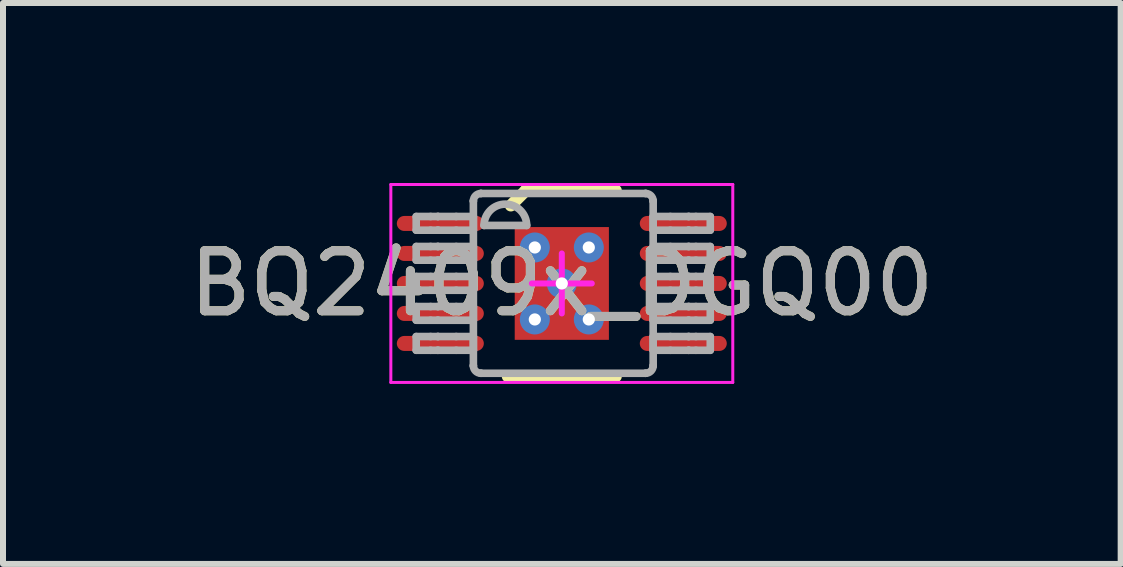
<source format=kicad_pcb>
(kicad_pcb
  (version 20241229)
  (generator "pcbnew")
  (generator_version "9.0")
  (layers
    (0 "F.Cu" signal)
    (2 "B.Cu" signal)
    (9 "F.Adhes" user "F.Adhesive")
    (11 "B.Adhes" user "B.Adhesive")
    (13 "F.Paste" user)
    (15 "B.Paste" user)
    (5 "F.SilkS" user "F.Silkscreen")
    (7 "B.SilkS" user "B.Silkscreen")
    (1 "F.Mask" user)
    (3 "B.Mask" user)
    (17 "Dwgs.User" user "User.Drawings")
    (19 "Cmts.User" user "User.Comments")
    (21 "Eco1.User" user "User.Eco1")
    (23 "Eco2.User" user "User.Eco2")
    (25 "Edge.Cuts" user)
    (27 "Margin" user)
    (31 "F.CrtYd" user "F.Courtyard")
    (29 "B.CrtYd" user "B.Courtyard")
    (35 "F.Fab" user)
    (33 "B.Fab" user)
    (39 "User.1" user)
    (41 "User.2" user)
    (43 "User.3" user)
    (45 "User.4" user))
  (footprint "BQ2409x_DGQ00"
    (layer "F.Cu")
    (at 6.315 1.675)
    (property "Reference" "BQ2409x_DGQ00" (at 0 0 0) (unlocked yes) (layer "F.SilkS") (effects (font (size 1 1) (thickness 0.15))))
    (attr smd)
    (fp_line (start -0.9 1.55) (end 0.9 1.55) (stroke (width 0.2) (type solid)) (layer "F.SilkS"))
    (fp_line (start -0.85 -1.3) (end -0.6 -1.55) (stroke (width 0.2) (type solid)) (layer "F.SilkS"))
    (fp_line (start -0.6 -1.55) (end 0.9 -1.55) (stroke (width 0.2) (type solid)) (layer "F.SilkS"))
    (fp_line (start -2.85 -1.65) (end 2.85 -1.65) (stroke (width 0.05) (type solid)) (layer "F.CrtYd"))
    (fp_line (start -2.85 1.65) (end -2.85 -1.65) (stroke (width 0.05) (type solid)) (layer "F.CrtYd"))
    (fp_line (start -2.85 1.65) (end 2.85 1.65) (stroke (width 0.05) (type solid)) (layer "F.CrtYd"))
    (fp_line (start -0.5 0) (end 0.5 0) (stroke (width 0.1) (type solid)) (layer "F.CrtYd"))
    (fp_line (start 0 0.5) (end 0 -0.5) (stroke (width 0.1) (type solid)) (layer "F.CrtYd"))
    (fp_line (start 2.85 1.65) (end 2.85 -1.65) (stroke (width 0.05) (type solid)) (layer "F.CrtYd"))
    (fp_line (start -2.427 -1.116) (end -2.187 -1.116) (stroke (width 0.127) (type solid)) (layer "F.Fab"))
    (fp_line (start -2.427 -0.888) (end -2.427 -1.116) (stroke (width 0.127) (type solid)) (layer "F.Fab"))
    (fp_line (start -2.427 -0.888) (end -2.187 -0.888) (stroke (width 0.127) (type solid)) (layer "F.Fab"))
    (fp_line (start -2.427 -0.616) (end -2.187 -0.616) (stroke (width 0.127) (type solid)) (layer "F.Fab"))
    (fp_line (start -2.427 -0.388) (end -2.427 -0.616) (stroke (width 0.127) (type solid)) (layer "F.Fab"))
    (fp_line (start -2.427 -0.388) (end -2.187 -0.388) (stroke (width 0.127) (type solid)) (layer "F.Fab"))
    (fp_line (start -2.427 -0.116) (end -2.187 -0.116) (stroke (width 0.127) (type solid)) (layer "F.Fab"))
    (fp_line (start -2.427 0.113) (end -2.427 -0.116) (stroke (width 0.127) (type solid)) (layer "F.Fab"))
    (fp_line (start -2.427 0.113) (end -2.187 0.113) (stroke (width 0.127) (type solid)) (layer "F.Fab"))
    (fp_line (start -2.427 0.385) (end -2.187 0.385) (stroke (width 0.127) (type solid)) (layer "F.Fab"))
    (fp_line (start -2.427 0.613) (end -2.427 0.385) (stroke (width 0.127) (type solid)) (layer "F.Fab"))
    (fp_line (start -2.427 0.613) (end -2.187 0.613) (stroke (width 0.127) (type solid)) (layer "F.Fab"))
    (fp_line (start -2.427 0.885) (end -2.187 0.885) (stroke (width 0.127) (type solid)) (layer "F.Fab"))
    (fp_line (start -2.427 1.114) (end -2.427 0.885) (stroke (width 0.127) (type solid)) (layer "F.Fab"))
    (fp_line (start -2.427 1.114) (end -2.187 1.114) (stroke (width 0.127) (type solid)) (layer "F.Fab"))
    (fp_line (start -2.187 -1.116) (end -2.067 -1.116) (stroke (width 0.127) (type solid)) (layer "F.Fab"))
    (fp_line (start -2.187 -0.888) (end -2.067 -0.888) (stroke (width 0.127) (type solid)) (layer "F.Fab"))
    (fp_line (start -2.187 -0.616) (end -2.067 -0.616) (stroke (width 0.127) (type solid)) (layer "F.Fab"))
    (fp_line (start -2.187 -0.388) (end -2.067 -0.388) (stroke (width 0.127) (type solid)) (layer "F.Fab"))
    (fp_line (start -2.187 -0.116) (end -2.067 -0.116) (stroke (width 0.127) (type solid)) (layer "F.Fab"))
    (fp_line (start -2.187 0.113) (end -2.067 0.113) (stroke (width 0.127) (type solid)) (layer "F.Fab"))
    (fp_line (start -2.187 0.385) (end -2.067 0.385) (stroke (width 0.127) (type solid)) (layer "F.Fab"))
    (fp_line (start -2.187 0.613) (end -2.067 0.613) (stroke (width 0.127) (type solid)) (layer "F.Fab"))
    (fp_line (start -2.187 0.885) (end -2.067 0.885) (stroke (width 0.127) (type solid)) (layer "F.Fab"))
    (fp_line (start -2.187 1.114) (end -2.067 1.114) (stroke (width 0.127) (type solid)) (layer "F.Fab"))
    (fp_line (start -2.067 -1.116) (end -2.064 -1.116) (stroke (width 0.127) (type solid)) (layer "F.Fab"))
    (fp_line (start -2.067 -0.888) (end -2.064 -0.888) (stroke (width 0.127) (type solid)) (layer "F.Fab"))
    (fp_line (start -2.067 -0.616) (end -2.064 -0.616) (stroke (width 0.127) (type solid)) (layer "F.Fab"))
    (fp_line (start -2.067 -0.388) (end -2.064 -0.388) (stroke (width 0.127) (type solid)) (layer "F.Fab"))
    (fp_line (start -2.067 -0.116) (end -2.064 -0.116) (stroke (width 0.127) (type solid)) (layer "F.Fab"))
    (fp_line (start -2.067 0.113) (end -2.064 0.113) (stroke (width 0.127) (type solid)) (layer "F.Fab"))
    (fp_line (start -2.067 0.385) (end -2.064 0.385) (stroke (width 0.127) (type solid)) (layer "F.Fab"))
    (fp_line (start -2.067 0.613) (end -2.064 0.613) (stroke (width 0.127) (type solid)) (layer "F.Fab"))
    (fp_line (start -2.067 0.885) (end -2.064 0.885) (stroke (width 0.127) (type solid)) (layer "F.Fab"))
    (fp_line (start -2.067 1.114) (end -2.064 1.114) (stroke (width 0.127) (type solid)) (layer "F.Fab"))
    (fp_line (start -2.064 -1.116) (end -1.76 -1.116) (stroke (width 0.127) (type solid)) (layer "F.Fab"))
    (fp_line (start -2.064 -0.888) (end -1.76 -0.888) (stroke (width 0.127) (type solid)) (layer "F.Fab"))
    (fp_line (start -2.064 -0.616) (end -1.76 -0.616) (stroke (width 0.127) (type solid)) (layer "F.Fab"))
    (fp_line (start -2.064 -0.388) (end -1.76 -0.388) (stroke (width 0.127) (type solid)) (layer "F.Fab"))
    (fp_line (start -2.064 -0.116) (end -1.76 -0.116) (stroke (width 0.127) (type solid)) (layer "F.Fab"))
    (fp_line (start -2.064 0.113) (end -1.76 0.113) (stroke (width 0.127) (type solid)) (layer "F.Fab"))
    (fp_line (start -2.064 0.385) (end -1.76 0.385) (stroke (width 0.127) (type solid)) (layer "F.Fab"))
    (fp_line (start -2.064 0.613) (end -1.76 0.613) (stroke (width 0.127) (type solid)) (layer "F.Fab"))
    (fp_line (start -2.064 0.885) (end -1.76 0.885) (stroke (width 0.127) (type solid)) (layer "F.Fab"))
    (fp_line (start -2.064 1.114) (end -1.76 1.114) (stroke (width 0.127) (type solid)) (layer "F.Fab"))
    (fp_line (start -1.76 -1.116) (end -1.474 -1.116) (stroke (width 0.127) (type solid)) (layer "F.Fab"))
    (fp_line (start -1.76 -0.888) (end -1.474 -0.888) (stroke (width 0.127) (type solid)) (layer "F.Fab"))
    (fp_line (start -1.76 -0.616) (end -1.474 -0.616) (stroke (width 0.127) (type solid)) (layer "F.Fab"))
    (fp_line (start -1.76 -0.388) (end -1.474 -0.388) (stroke (width 0.127) (type solid)) (layer "F.Fab"))
    (fp_line (start -1.76 -0.116) (end -1.474 -0.116) (stroke (width 0.127) (type solid)) (layer "F.Fab"))
    (fp_line (start -1.76 0.113) (end -1.474 0.113) (stroke (width 0.127) (type solid)) (layer "F.Fab"))
    (fp_line (start -1.76 0.385) (end -1.474 0.385) (stroke (width 0.127) (type solid)) (layer "F.Fab"))
    (fp_line (start -1.76 0.613) (end -1.474 0.613) (stroke (width 0.127) (type solid)) (layer "F.Fab"))
    (fp_line (start -1.76 0.885) (end -1.474 0.885) (stroke (width 0.127) (type solid)) (layer "F.Fab"))
    (fp_line (start -1.76 1.114) (end -1.474 1.114) (stroke (width 0.127) (type solid)) (layer "F.Fab"))
    (fp_line (start -1.474 -1.373) (end -1.474 -1.376) (stroke (width 0.127) (type solid)) (layer "F.Fab"))
    (fp_line (start -1.474 -0.888) (end -1.474 -1.116) (stroke (width 0.127) (type solid)) (layer "F.Fab"))
    (fp_line (start -1.474 -0.388) (end -1.474 -0.616) (stroke (width 0.127) (type solid)) (layer "F.Fab"))
    (fp_line (start -1.474 0.113) (end -1.474 -0.116) (stroke (width 0.127) (type solid)) (layer "F.Fab"))
    (fp_line (start -1.474 0.613) (end -1.474 0.385) (stroke (width 0.127) (type solid)) (layer "F.Fab"))
    (fp_line (start -1.474 1.114) (end -1.474 0.885) (stroke (width 0.127) (type solid)) (layer "F.Fab"))
    (fp_line (start -1.474 1.37) (end -1.474 -1.373) (stroke (width 0.127) (type solid)) (layer "F.Fab"))
    (fp_line (start -1.474 1.37) (end -1.474 1.373) (stroke (width 0.127) (type solid)) (layer "F.Fab"))
    (fp_line (start -1.35 -1.5) (end -1.347 -1.5) (stroke (width 0.127) (type solid)) (layer "F.Fab"))
    (fp_line (start -1.35 1.497) (end -1.347 1.497) (stroke (width 0.127) (type solid)) (layer "F.Fab"))
    (fp_line (start -1.347 -1.5) (end 1.396 -1.5) (stroke (width 0.127) (type solid)) (layer "F.Fab"))
    (fp_line (start -1.347 1.497) (end 1.396 1.497) (stroke (width 0.127) (type solid)) (layer "F.Fab"))
    (fp_line (start -1.296 -0.967) (end -0.585 -0.967) (stroke (width 0.127) (type solid)) (layer "F.Fab"))
    (fp_line (start 1.396 -1.5) (end 1.399 -1.5) (stroke (width 0.127) (type solid)) (layer "F.Fab"))
    (fp_line (start 1.396 1.497) (end 1.399 1.497) (stroke (width 0.127) (type solid)) (layer "F.Fab"))
    (fp_line (start 1.523 -1.376) (end 1.523 -1.373) (stroke (width 0.127) (type solid)) (layer "F.Fab"))
    (fp_line (start 1.523 1.373) (end 1.523 1.37) (stroke (width 0.127) (type solid)) (layer "F.Fab"))
    (fp_line (start 1.523 -1.116) (end 1.809 -1.116) (stroke (width 0.127) (type solid)) (layer "F.Fab"))
    (fp_line (start 1.523 -0.888) (end 1.523 -1.116) (stroke (width 0.127) (type solid)) (layer "F.Fab"))
    (fp_line (start 1.523 -0.888) (end 1.809 -0.888) (stroke (width 0.127) (type solid)) (layer "F.Fab"))
    (fp_line (start 1.523 -0.616) (end 1.809 -0.616) (stroke (width 0.127) (type solid)) (layer "F.Fab"))
    (fp_line (start 1.523 -0.388) (end 1.523 -0.616) (stroke (width 0.127) (type solid)) (layer "F.Fab"))
    (fp_line (start 1.523 -0.388) (end 1.809 -0.388) (stroke (width 0.127) (type solid)) (layer "F.Fab"))
    (fp_line (start 1.523 -0.116) (end 1.809 -0.116) (stroke (width 0.127) (type solid)) (layer "F.Fab"))
    (fp_line (start 1.523 0.113) (end 1.523 -0.116) (stroke (width 0.127) (type solid)) (layer "F.Fab"))
    (fp_line (start 1.523 0.113) (end 1.809 0.113) (stroke (width 0.127) (type solid)) (layer "F.Fab"))
    (fp_line (start 1.523 0.385) (end 1.809 0.385) (stroke (width 0.127) (type solid)) (layer "F.Fab"))
    (fp_line (start 1.523 0.613) (end 1.523 0.385) (stroke (width 0.127) (type solid)) (layer "F.Fab"))
    (fp_line (start 1.523 0.613) (end 1.809 0.613) (stroke (width 0.127) (type solid)) (layer "F.Fab"))
    (fp_line (start 1.523 0.885) (end 1.809 0.885) (stroke (width 0.127) (type solid)) (layer "F.Fab"))
    (fp_line (start 1.523 1.114) (end 1.523 0.885) (stroke (width 0.127) (type solid)) (layer "F.Fab"))
    (fp_line (start 1.523 1.114) (end 1.809 1.114) (stroke (width 0.127) (type solid)) (layer "F.Fab"))
    (fp_line (start 1.523 1.37) (end 1.523 -1.373) (stroke (width 0.127) (type solid)) (layer "F.Fab"))
    (fp_line (start 1.809 -1.116) (end 2.113 -1.116) (stroke (width 0.127) (type solid)) (layer "F.Fab"))
    (fp_line (start 1.809 -0.888) (end 2.113 -0.888) (stroke (width 0.127) (type solid)) (layer "F.Fab"))
    (fp_line (start 1.809 -0.616) (end 2.113 -0.616) (stroke (width 0.127) (type solid)) (layer "F.Fab"))
    (fp_line (start 1.809 -0.388) (end 2.113 -0.388) (stroke (width 0.127) (type solid)) (layer "F.Fab"))
    (fp_line (start 1.809 -0.116) (end 2.113 -0.116) (stroke (width 0.127) (type solid)) (layer "F.Fab"))
    (fp_line (start 1.809 0.113) (end 2.113 0.113) (stroke (width 0.127) (type solid)) (layer "F.Fab"))
    (fp_line (start 1.809 0.385) (end 2.113 0.385) (stroke (width 0.127) (type solid)) (layer "F.Fab"))
    (fp_line (start 1.809 0.613) (end 2.113 0.613) (stroke (width 0.127) (type solid)) (layer "F.Fab"))
    (fp_line (start 1.809 0.885) (end 2.113 0.885) (stroke (width 0.127) (type solid)) (layer "F.Fab"))
    (fp_line (start 1.809 1.114) (end 2.113 1.114) (stroke (width 0.127) (type solid)) (layer "F.Fab"))
    (fp_line (start 2.113 -1.116) (end 2.116 -1.116) (stroke (width 0.127) (type solid)) (layer "F.Fab"))
    (fp_line (start 2.113 -0.888) (end 2.116 -0.888) (stroke (width 0.127) (type solid)) (layer "F.Fab"))
    (fp_line (start 2.113 -0.616) (end 2.116 -0.616) (stroke (width 0.127) (type solid)) (layer "F.Fab"))
    (fp_line (start 2.113 -0.388) (end 2.116 -0.388) (stroke (width 0.127) (type solid)) (layer "F.Fab"))
    (fp_line (start 2.113 -0.116) (end 2.116 -0.116) (stroke (width 0.127) (type solid)) (layer "F.Fab"))
    (fp_line (start 2.113 0.113) (end 2.116 0.113) (stroke (width 0.127) (type solid)) (layer "F.Fab"))
    (fp_line (start 2.113 0.385) (end 2.116 0.385) (stroke (width 0.127) (type solid)) (layer "F.Fab"))
    (fp_line (start 2.113 0.613) (end 2.116 0.613) (stroke (width 0.127) (type solid)) (layer "F.Fab"))
    (fp_line (start 2.113 0.885) (end 2.116 0.885) (stroke (width 0.127) (type solid)) (layer "F.Fab"))
    (fp_line (start 2.113 1.114) (end 2.116 1.114) (stroke (width 0.127) (type solid)) (layer "F.Fab"))
    (fp_line (start 2.116 -1.116) (end 2.236 -1.116) (stroke (width 0.127) (type solid)) (layer "F.Fab"))
    (fp_line (start 2.116 -0.888) (end 2.236 -0.888) (stroke (width 0.127) (type solid)) (layer "F.Fab"))
    (fp_line (start 2.116 -0.616) (end 2.236 -0.616) (stroke (width 0.127) (type solid)) (layer "F.Fab"))
    (fp_line (start 2.116 -0.388) (end 2.236 -0.388) (stroke (width 0.127) (type solid)) (layer "F.Fab"))
    (fp_line (start 2.116 -0.116) (end 2.236 -0.116) (stroke (width 0.127) (type solid)) (layer "F.Fab"))
    (fp_line (start 2.116 0.113) (end 2.236 0.113) (stroke (width 0.127) (type solid)) (layer "F.Fab"))
    (fp_line (start 2.116 0.385) (end 2.236 0.385) (stroke (width 0.127) (type solid)) (layer "F.Fab"))
    (fp_line (start 2.116 0.613) (end 2.236 0.613) (stroke (width 0.127) (type solid)) (layer "F.Fab"))
    (fp_line (start 2.116 0.885) (end 2.236 0.885) (stroke (width 0.127) (type solid)) (layer "F.Fab"))
    (fp_line (start 2.116 1.114) (end 2.236 1.114) (stroke (width 0.127) (type solid)) (layer "F.Fab"))
    (fp_line (start 2.236 -1.116) (end 2.475 -1.116) (stroke (width 0.127) (type solid)) (layer "F.Fab"))
    (fp_line (start 2.236 -0.888) (end 2.475 -0.888) (stroke (width 0.127) (type solid)) (layer "F.Fab"))
    (fp_line (start 2.236 -0.616) (end 2.475 -0.616) (stroke (width 0.127) (type solid)) (layer "F.Fab"))
    (fp_line (start 2.236 -0.388) (end 2.475 -0.388) (stroke (width 0.127) (type solid)) (layer "F.Fab"))
    (fp_line (start 2.236 -0.116) (end 2.475 -0.116) (stroke (width 0.127) (type solid)) (layer "F.Fab"))
    (fp_line (start 2.236 0.113) (end 2.475 0.113) (stroke (width 0.127) (type solid)) (layer "F.Fab"))
    (fp_line (start 2.236 0.385) (end 2.475 0.385) (stroke (width 0.127) (type solid)) (layer "F.Fab"))
    (fp_line (start 2.236 0.613) (end 2.475 0.613) (stroke (width 0.127) (type solid)) (layer "F.Fab"))
    (fp_line (start 2.236 0.885) (end 2.475 0.885) (stroke (width 0.127) (type solid)) (layer "F.Fab"))
    (fp_line (start 2.236 1.114) (end 2.475 1.114) (stroke (width 0.127) (type solid)) (layer "F.Fab"))
    (fp_line (start 2.475 -0.888) (end 2.475 -1.116) (stroke (width 0.127) (type solid)) (layer "F.Fab"))
    (fp_line (start 2.475 -0.388) (end 2.475 -0.616) (stroke (width 0.127) (type solid)) (layer "F.Fab"))
    (fp_line (start 2.475 0.113) (end 2.475 -0.116) (stroke (width 0.127) (type solid)) (layer "F.Fab"))
    (fp_line (start 2.475 0.613) (end 2.475 0.385) (stroke (width 0.127) (type solid)) (layer "F.Fab"))
    (fp_line (start 2.475 1.114) (end 2.475 0.885) (stroke (width 0.127) (type solid)) (layer "F.Fab"))
    (fp_arc (start -1.474232 -1.375768) (mid -1.437062 -1.46283) (end -1.35 -1.5) (stroke (width 0.127) (type solid)) (layer "F.Fab"))
    (fp_arc (start -1.35 1.49715) (mid -1.437062 1.45998) (end -1.474232 1.372918) (stroke (width 0.127) (type solid)) (layer "F.Fab"))
    (fp_arc (start -1.296457 -0.966625) (mid -0.940857 -1.322225) (end -0.585257 -0.966625) (stroke (width 0.127) (type solid)) (layer "F.Fab"))
    (fp_arc (start 1.398686 -1.5) (mid 1.485749 -1.46283) (end 1.522919 -1.375768) (stroke (width 0.127) (type solid)) (layer "F.Fab"))
    (fp_arc (start 1.522919 1.372918) (mid 1.485749 1.45998) (end 1.398686 1.49715) (stroke (width 0.127) (type solid)) (layer "F.Fab"))
    (fp_text user "${REFERENCE}" (at 0 0 0) (unlocked yes) (layer "F.Fab") (effects (font (size 1 1) (thickness 0.15))))
    (pad "1" smd oval (at -2.025 -1 90) (size 0.25 1.45) (layers "F.Cu" "F.Mask" "F.Paste"))
    (pad "2" smd oval (at -2.025 -0.5 90) (size 0.25 1.45) (layers "F.Cu" "F.Mask" "F.Paste"))
    (pad "3" smd oval (at -2.025 0 90) (size 0.25 1.45) (layers "F.Cu" "F.Mask" "F.Paste"))
    (pad "4" smd oval (at -2.025 0.5 90) (size 0.25 1.45) (layers "F.Cu" "F.Mask" "F.Paste"))
    (pad "5" smd oval (at -2.025 1 90) (size 0.25 1.45) (layers "F.Cu" "F.Mask" "F.Paste"))
    (pad "6" smd oval (at 2.025 1 90) (size 0.25 1.45) (layers "F.Cu" "F.Mask" "F.Paste"))
    (pad "7" smd oval (at 2.025 0.5 90) (size 0.25 1.45) (layers "F.Cu" "F.Mask" "F.Paste"))
    (pad "8" smd oval (at 2.025 0 90) (size 0.25 1.45) (layers "F.Cu" "F.Mask" "F.Paste"))
    (pad "9" smd oval (at 2.025 -0.5 90) (size 0.25 1.45) (layers "F.Cu" "F.Mask" "F.Paste"))
    (pad "10" smd oval (at 2.025 -1 90) (size 0.25 1.45) (layers "F.Cu" "F.Mask" "F.Paste"))
    (pad "11" smd rect (at 0 0) (size 1.57 1.88) (layers "F.Cu" "F.Mask" "F.Paste"))
    (pad "V" thru_hole circle (at -0.45 -0.6) (size 0.5 0.5) (drill 0.203) (layers "*.Cu" "*.Mask"))
    (pad "V" thru_hole circle (at -0.45 0.6) (size 0.5 0.5) (drill 0.203) (layers "*.Cu" "*.Mask"))
    (pad "V" thru_hole circle (at 0 0) (size 0.5 0.5) (drill 0.203) (layers "*.Cu" "*.Mask"))
    (pad "V" thru_hole circle (at 0.45 -0.6) (size 0.5 0.5) (drill 0.203) (layers "*.Cu" "*.Mask"))
    (pad "V" thru_hole circle (at 0.45 0.6) (size 0.5 0.5) (drill 0.203) (layers "*.Cu" "*.Mask")))
  (gr_rect
    (start -3 -3)
    (end 15.631 6.35)
    (stroke (width 0.1) (type default))
    (fill no)
    (layer "Edge.Cuts")))
</source>
